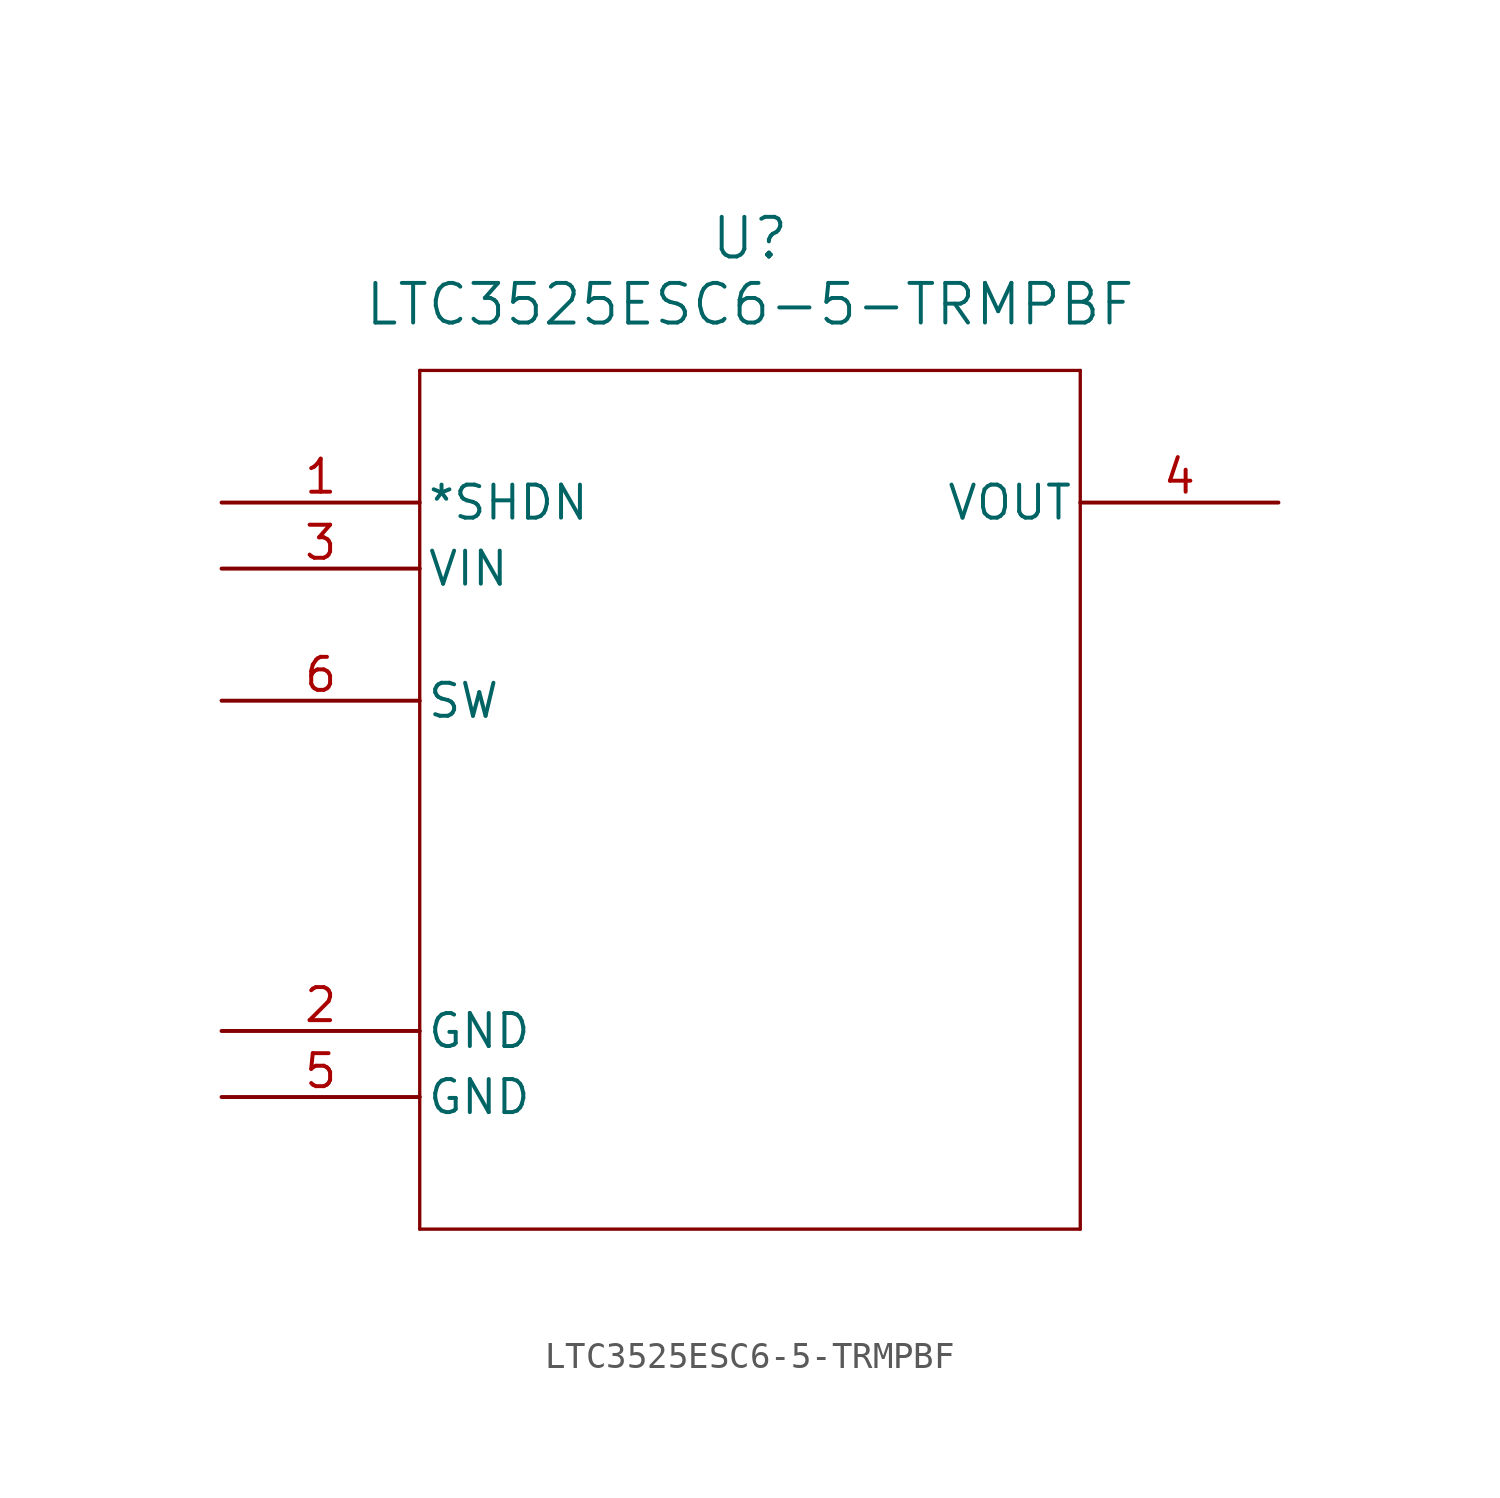
<source format=kicad_sym>
(kicad_symbol_lib
  (version 20211014)
  (generator kicad_symbol_editor)
  (symbol "LTC3525ESC6-5-TRMPBF"
    (pin_names
      (offset 0.254))
    (property "Reference" "U"
      (at 20.32 10.16 0)
      (effects (font (size 1.524 1.524))))
    (property "Value" "LTC3525ESC6-5-TRMPBF"
      (at 20.32 7.62 0)
      (effects (font (size 1.524 1.524))))
    (symbol "LTC3525ESC6-5-TRMPBF_0_1"
      (polyline (pts (xy 7.62 5.08) (xy 7.62 -27.94)) (stroke (width 0.127) (type default) (color 0 0 0 0)) (fill (type none)))
      (polyline (pts (xy 7.62 -27.94) (xy 33.02 -27.94)) (stroke (width 0.127) (type default) (color 0 0 0 0)) (fill (type none)))
      (polyline (pts (xy 33.02 -27.94) (xy 33.02 5.08)) (stroke (width 0.127) (type default) (color 0 0 0 0)) (fill (type none)))
      (polyline (pts (xy 33.02 5.08) (xy 7.62 5.08)) (stroke (width 0.127) (type default) (color 0 0 0 0)) (fill (type none)))
      (pin input line (at 0 0 0) (length 7.62) (name "*SHDN" (effects (font (size 1.27 1.27)))) (number "1" (effects (font (size 1.27 1.27)))))
      (pin power_in line (at 0 -20.32 0) (length 7.62) (name "GND" (effects (font (size 1.27 1.27)))) (number "2" (effects (font (size 1.27 1.27)))))
      (pin input line (at 0 -2.54 0) (length 7.62) (name "VIN" (effects (font (size 1.27 1.27)))) (number "3" (effects (font (size 1.27 1.27)))))
      (pin output line (at 40.64 0 180) (length 7.62) (name "VOUT" (effects (font (size 1.27 1.27)))) (number "4" (effects (font (size 1.27 1.27)))))
      (pin power_in line (at 0 -22.86 0) (length 7.62) (name "GND" (effects (font (size 1.27 1.27)))) (number "5" (effects (font (size 1.27 1.27)))))
      (pin unspecified line (at 0 -7.62 0) (length 7.62) (name "SW" (effects (font (size 1.27 1.27)))) (number "6" (effects (font (size 1.27 1.27))))))))
</source>
